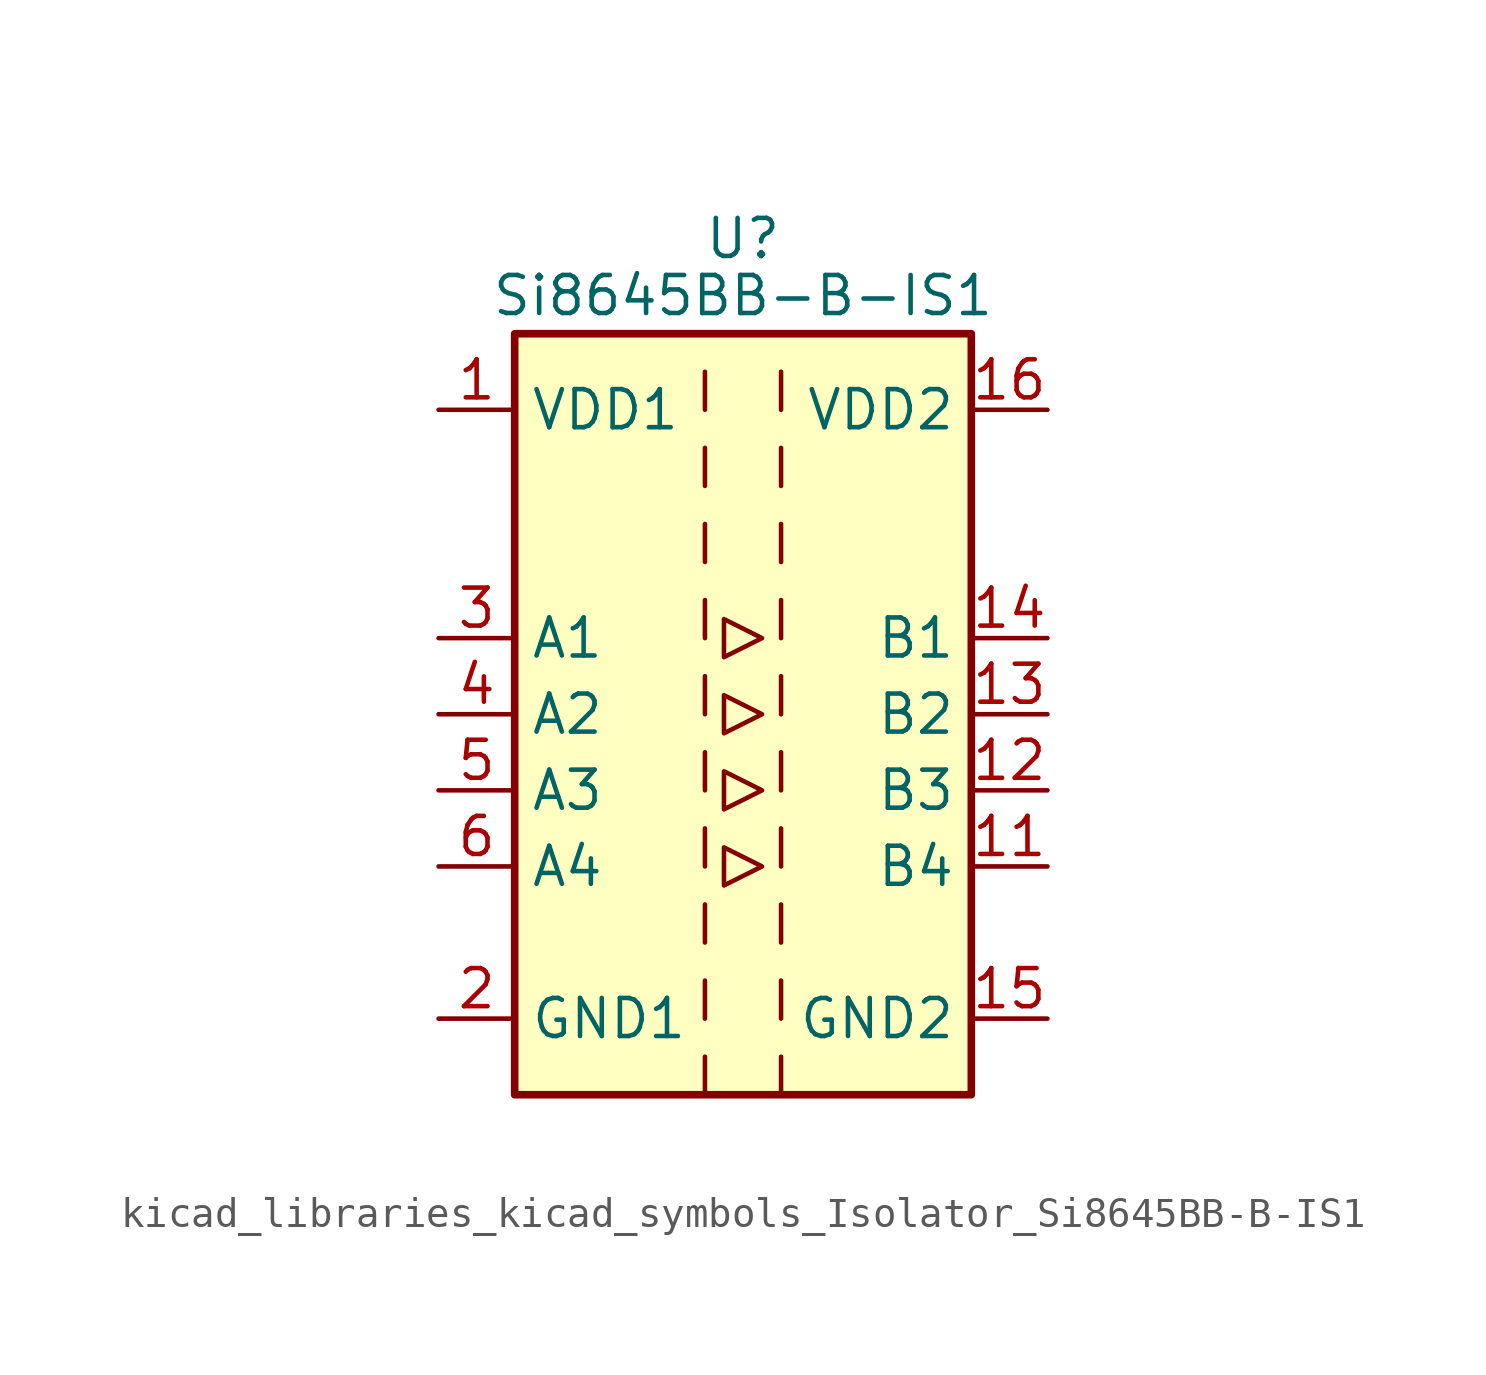
<source format=kicad_sym>
(kicad_symbol_lib
  (version 20220914)
  (generator kicad_symbol_editor)
  (symbol "kicad_libraries_kicad_symbols_Isolator_Si8645BB-B-IS1"
    (property "Reference" "U"
      (at 0 15.875 0)
      (effects (font (size 1.27 1.27))))
    (property "Value" "Si8645BB-B-IS1"
      (at 0 13.97 0)
      (effects (font (size 1.27 1.27))))
    (symbol "kicad_libraries_kicad_symbols_Isolator_Si8645BB-B-IS1_0_1"
      (rectangle (start -7.62 12.7) (end 7.62 -12.7) (stroke (width 0.254) (type default)) (fill (type background)))
      (polyline (pts (xy -1.27 -11.43) (xy -1.27 -12.7)) (stroke (width 0) (type default)) (fill (type none)))
      (polyline (pts (xy -1.27 -8.89) (xy -1.27 -10.16)) (stroke (width 0) (type default)) (fill (type none)))
      (polyline (pts (xy -1.27 -6.35) (xy -1.27 -7.62)) (stroke (width 0) (type default)) (fill (type none)))
      (polyline (pts (xy -1.27 -3.81) (xy -1.27 -5.08)) (stroke (width 0) (type default)) (fill (type none)))
      (polyline (pts (xy -1.27 -1.27) (xy -1.27 -2.54)) (stroke (width 0) (type default)) (fill (type none)))
      (polyline (pts (xy -1.27 1.27) (xy -1.27 0)) (stroke (width 0) (type default)) (fill (type none)))
      (polyline (pts (xy -1.27 3.81) (xy -1.27 2.54)) (stroke (width 0) (type default)) (fill (type none)))
      (polyline (pts (xy -1.27 6.35) (xy -1.27 5.08)) (stroke (width 0) (type default)) (fill (type none)))
      (polyline (pts (xy -1.27 8.89) (xy -1.27 7.62)) (stroke (width 0) (type default)) (fill (type none)))
      (polyline (pts (xy -1.27 11.43) (xy -1.27 10.16)) (stroke (width 0) (type default)) (fill (type none)))
      (polyline (pts (xy 1.27 -11.43) (xy 1.27 -12.7)) (stroke (width 0) (type default)) (fill (type none)))
      (polyline (pts (xy 1.27 -8.89) (xy 1.27 -10.16)) (stroke (width 0) (type default)) (fill (type none)))
      (polyline (pts (xy 1.27 -6.35) (xy 1.27 -7.62)) (stroke (width 0) (type default)) (fill (type none)))
      (polyline (pts (xy 1.27 -3.81) (xy 1.27 -5.08)) (stroke (width 0) (type default)) (fill (type none)))
      (polyline (pts (xy 1.27 -1.27) (xy 1.27 -2.54)) (stroke (width 0) (type default)) (fill (type none)))
      (polyline (pts (xy 1.27 1.27) (xy 1.27 0)) (stroke (width 0) (type default)) (fill (type none)))
      (polyline (pts (xy 1.27 3.81) (xy 1.27 2.54)) (stroke (width 0) (type default)) (fill (type none)))
      (polyline (pts (xy 1.27 6.35) (xy 1.27 5.08)) (stroke (width 0) (type default)) (fill (type none)))
      (polyline (pts (xy 1.27 8.89) (xy 1.27 7.62)) (stroke (width 0) (type default)) (fill (type none)))
      (polyline (pts (xy 1.27 11.43) (xy 1.27 10.16)) (stroke (width 0) (type default)) (fill (type none)))
      (polyline (pts (xy -0.635 0.635) (xy -0.635 -0.635) (xy 0.635 0) (xy -0.635 0.635)) (stroke (width 0) (type default)) (fill (type none)))
      (polyline (pts (xy -0.635 3.175) (xy -0.635 1.905) (xy 0.635 2.54) (xy -0.635 3.175)) (stroke (width 0) (type default)) (fill (type none)))
      (polyline (pts (xy 0.635 -5.08) (xy -0.635 -4.445) (xy -0.635 -5.715) (xy 0.635 -5.08)) (stroke (width 0) (type default)) (fill (type none)))
      (polyline (pts (xy 0.635 -2.54) (xy -0.635 -1.905) (xy -0.635 -3.175) (xy 0.635 -2.54)) (stroke (width 0) (type default)) (fill (type none))))
    (symbol "kicad_libraries_kicad_symbols_Isolator_Si8645BB-B-IS1_1_1"
      (pin power_in line (at -10.16 10.16 0) (length 2.54) (name "VDD1" (effects (font (size 1.27 1.27)))) (number "1" (effects (font (size 1.27 1.27)))))
      (pin no_connect line (at 7.62 7.62 180) (length 2.54) hide (name "NC" (effects (font (size 1.27 1.27)))) (number "10" (effects (font (size 1.27 1.27)))))
      (pin output line (at 10.16 -5.08 180) (length 2.54) (name "B4" (effects (font (size 1.27 1.27)))) (number "11" (effects (font (size 1.27 1.27)))))
      (pin output line (at 10.16 -2.54 180) (length 2.54) (name "B3" (effects (font (size 1.27 1.27)))) (number "12" (effects (font (size 1.27 1.27)))))
      (pin output line (at 10.16 0 180) (length 2.54) (name "B2" (effects (font (size 1.27 1.27)))) (number "13" (effects (font (size 1.27 1.27)))))
      (pin output line (at 10.16 2.54 180) (length 2.54) (name "B1" (effects (font (size 1.27 1.27)))) (number "14" (effects (font (size 1.27 1.27)))))
      (pin power_in line (at 10.16 -10.16 180) (length 2.54) (name "GND2" (effects (font (size 1.27 1.27)))) (number "15" (effects (font (size 1.27 1.27)))))
      (pin power_in line (at 10.16 10.16 180) (length 2.54) (name "VDD2" (effects (font (size 1.27 1.27)))) (number "16" (effects (font (size 1.27 1.27)))))
      (pin power_in line (at -10.16 -10.16 0) (length 2.54) (name "GND1" (effects (font (size 1.27 1.27)))) (number "2" (effects (font (size 1.27 1.27)))))
      (pin input line (at -10.16 2.54 0) (length 2.54) (name "A1" (effects (font (size 1.27 1.27)))) (number "3" (effects (font (size 1.27 1.27)))))
      (pin input line (at -10.16 0 0) (length 2.54) (name "A2" (effects (font (size 1.27 1.27)))) (number "4" (effects (font (size 1.27 1.27)))))
      (pin input line (at -10.16 -2.54 0) (length 2.54) (name "A3" (effects (font (size 1.27 1.27)))) (number "5" (effects (font (size 1.27 1.27)))))
      (pin input line (at -10.16 -5.08 0) (length 2.54) (name "A4" (effects (font (size 1.27 1.27)))) (number "6" (effects (font (size 1.27 1.27)))))
      (pin no_connect line (at -7.62 7.62 0) (length 2.54) hide (name "NC" (effects (font (size 1.27 1.27)))) (number "7" (effects (font (size 1.27 1.27)))))
      (pin passive line (at -10.16 -10.16 0) (length 2.54) hide (name "GND1" (effects (font (size 1.27 1.27)))) (number "8" (effects (font (size 1.27 1.27)))))
      (pin passive line (at 10.16 -10.16 180) (length 2.54) hide (name "GND2" (effects (font (size 1.27 1.27)))) (number "9" (effects (font (size 1.27 1.27))))))))
</source>
